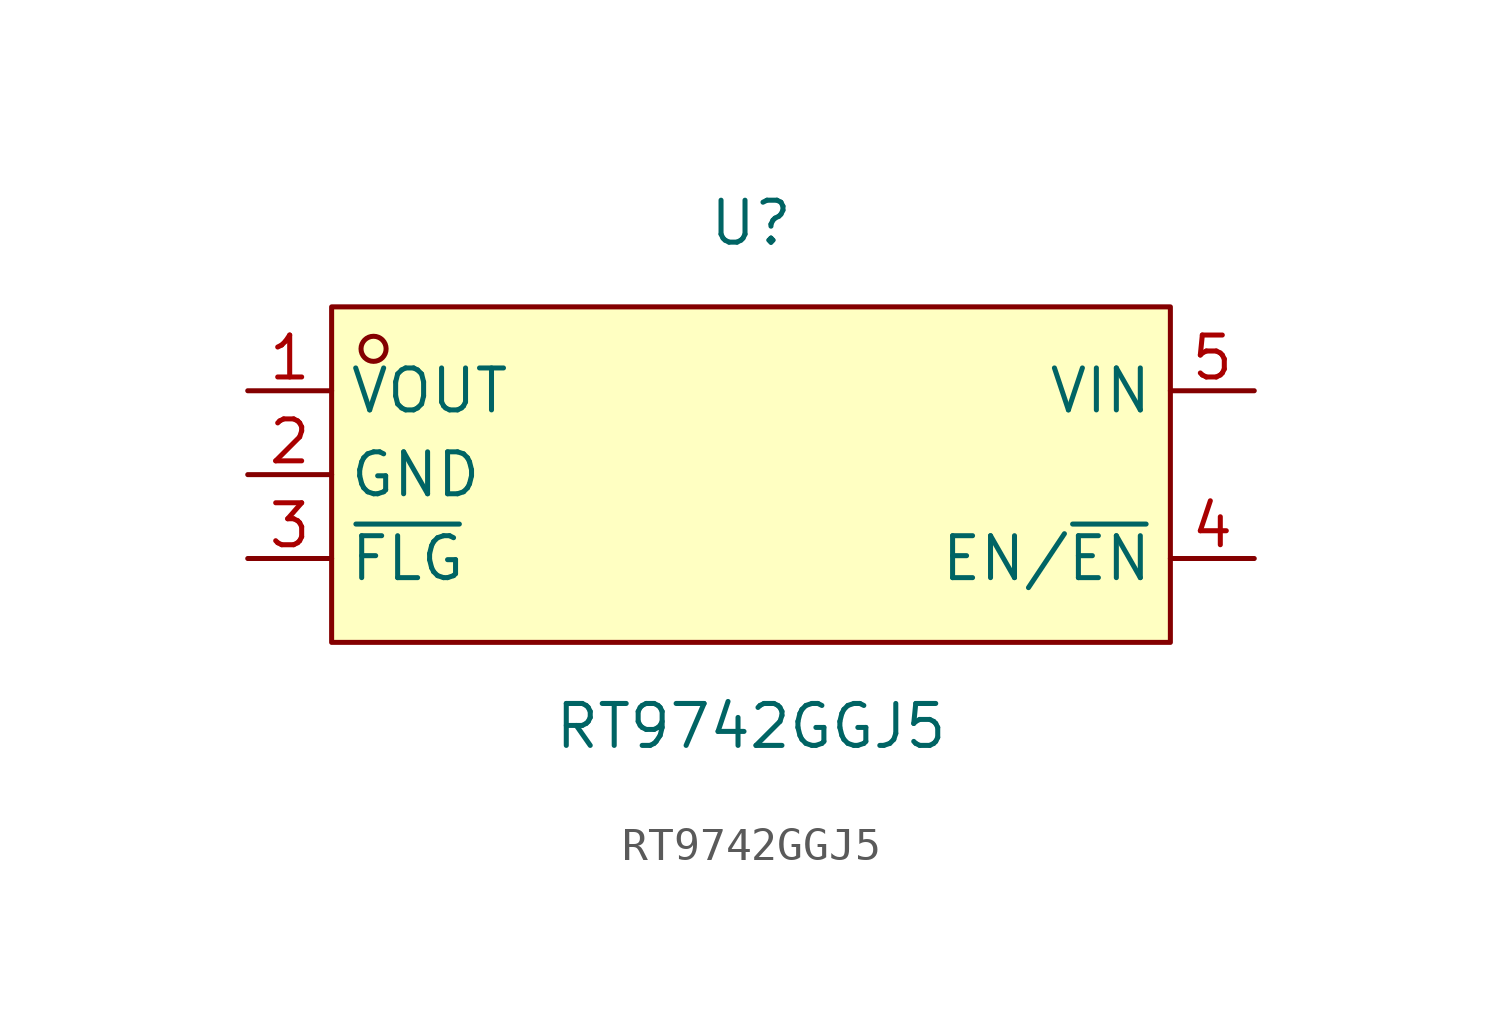
<source format=kicad_sym>
(kicad_symbol_lib
  (version 20211014)
  (generator https://github.com/uPesy/easyeda2kicad.py)
  (symbol "RT9742GGJ5"
    (property "Reference" "U"
      (at 0 7.62 0)
      (effects (font (size 1.27 1.27))))
    (property "Value" "RT9742GGJ5"
      (at 0 -7.62 0)
      (effects (font (size 1.27 1.27))))
    (symbol "RT9742GGJ5_0_1"
      (rectangle (start -12.70 5.08) (end 12.70 -5.08) (stroke (width 0) (type default) (color 0 0 0 0)) (fill (type background)))
      (circle (center -11.43 3.81) (radius 0.38) (stroke (width 0) (type default) (color 0 0 0 0)) (fill (type none)))
      (pin unspecified line (at -15.24 2.54 0) (length 2.54) (name "VOUT" (effects (font (size 1.27 1.27)))) (number "1" (effects (font (size 1.27 1.27)))))
      (pin unspecified line (at -15.24 -0.00 0) (length 2.54) (name "GND" (effects (font (size 1.27 1.27)))) (number "2" (effects (font (size 1.27 1.27)))))
      (pin unspecified line (at -15.24 -2.54 0) (length 2.54) (name "~{FLG}" (effects (font (size 1.27 1.27)))) (number "3" (effects (font (size 1.27 1.27)))))
      (pin unspecified line (at 15.24 -2.54 180) (length 2.54) (name "EN/~{EN}" (effects (font (size 1.27 1.27)))) (number "4" (effects (font (size 1.27 1.27)))))
      (pin unspecified line (at 15.24 2.54 180) (length 2.54) (name "VIN" (effects (font (size 1.27 1.27)))) (number "5" (effects (font (size 1.27 1.27))))))))
</source>
